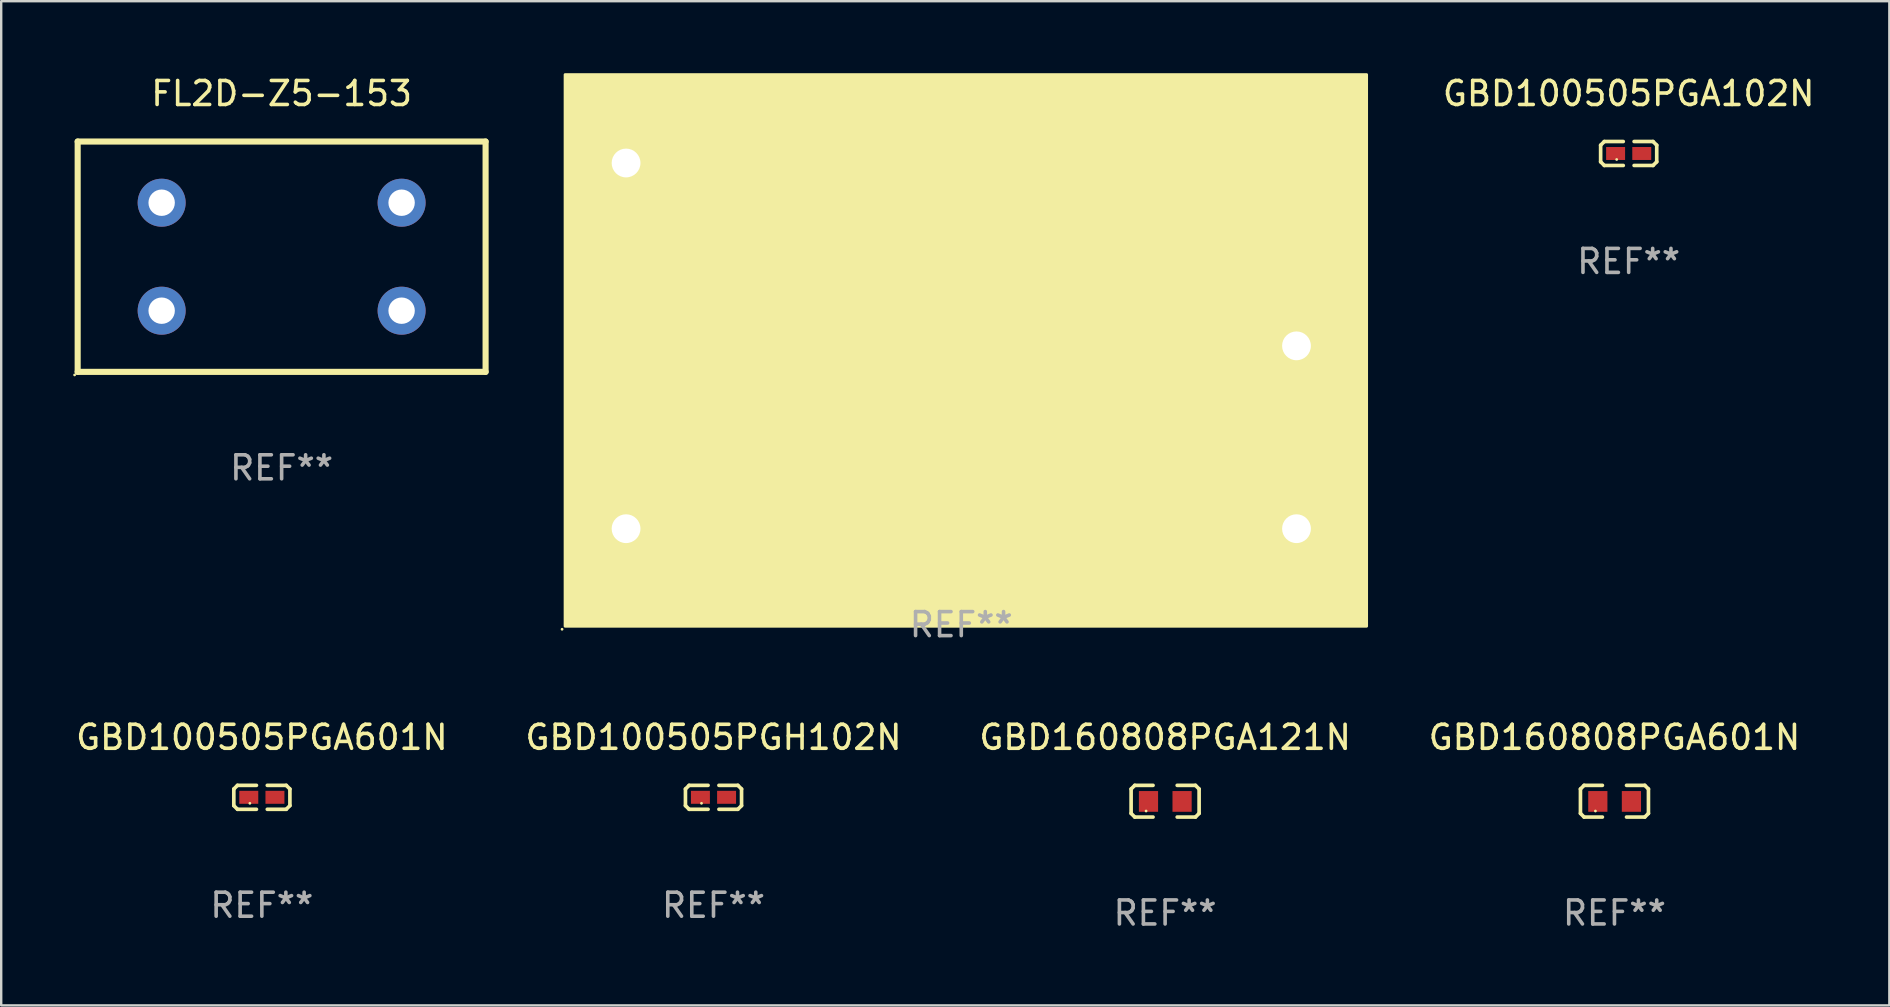
<source format=kicad_pcb>
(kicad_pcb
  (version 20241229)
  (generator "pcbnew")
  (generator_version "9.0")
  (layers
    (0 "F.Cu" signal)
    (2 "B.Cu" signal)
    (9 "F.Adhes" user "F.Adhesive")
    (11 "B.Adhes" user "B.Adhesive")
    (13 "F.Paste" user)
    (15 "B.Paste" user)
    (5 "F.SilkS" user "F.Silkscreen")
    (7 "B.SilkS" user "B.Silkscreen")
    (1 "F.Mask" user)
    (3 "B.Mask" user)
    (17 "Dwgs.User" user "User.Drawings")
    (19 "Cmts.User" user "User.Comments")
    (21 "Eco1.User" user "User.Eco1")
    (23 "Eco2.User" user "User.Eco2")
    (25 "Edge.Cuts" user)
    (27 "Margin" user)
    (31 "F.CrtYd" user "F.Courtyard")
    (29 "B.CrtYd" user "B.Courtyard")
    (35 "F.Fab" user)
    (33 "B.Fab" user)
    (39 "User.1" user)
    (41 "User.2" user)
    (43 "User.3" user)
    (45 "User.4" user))
  (footprint "GBD100505PGA601N"
    (layer "F.Cu")
    (at 7.863 30.178)
    (property "Reference" "GBD100505PGA601N" (at 0 -2.499 0) (layer "F.SilkS") (effects (font (size 1 1) (thickness 0.15))))
    (attr through_hole)
    (fp_line (start -1.169 -0.346) (end -1.016 -0.499) (stroke (width 0.152) (type solid)) (layer "F.SilkS"))
    (fp_line (start -1.169 0.346) (end -1.169 -0.346) (stroke (width 0.152) (type solid)) (layer "F.SilkS"))
    (fp_line (start -1.016 -0.499) (end -0.226 -0.499) (stroke (width 0.152) (type solid)) (layer "F.SilkS"))
    (fp_line (start -1.016 0.499) (end -1.169 0.346) (stroke (width 0.152) (type solid)) (layer "F.SilkS"))
    (fp_line (start -0.226 0.499) (end -1.016 0.499) (stroke (width 0.152) (type solid)) (layer "F.SilkS"))
    (fp_line (start 0.226 0.499) (end 1.016 0.499) (stroke (width 0.152) (type solid)) (layer "F.SilkS"))
    (fp_line (start 1.016 -0.499) (end 0.226 -0.499) (stroke (width 0.152) (type solid)) (layer "F.SilkS"))
    (fp_line (start 1.016 0.499) (end 1.169 0.346) (stroke (width 0.152) (type solid)) (layer "F.SilkS"))
    (fp_line (start 1.169 -0.346) (end 1.016 -0.499) (stroke (width 0.152) (type solid)) (layer "F.SilkS"))
    (fp_line (start 1.169 0.346) (end 1.169 -0.346) (stroke (width 0.152) (type solid)) (layer "F.SilkS"))
    (fp_circle (center -0.5 0.25) (end -0.47 0.25) (stroke (width 0.06) (type solid)) (fill no) (layer "F.SilkS"))
    (fp_text user "REF**" (at 0 4.499 0) (layer "F.Fab") (effects (font (size 1 1) (thickness 0.15))))
    (pad "1" smd rect (at -0.545 0) (size 0.79 0.54) (layers "F.Cu" "F.Mask" "F.Paste"))
    (pad "2" smd rect (at 0.545 0) (size 0.79 0.54) (layers "F.Cu" "F.Mask" "F.Paste")))
  (footprint "GBD100505PGH102N"
    (layer "F.Cu")
    (at 26.685 30.178)
    (property "Reference" "GBD100505PGH102N" (at 0 -2.499 0) (layer "F.SilkS") (effects (font (size 1 1) (thickness 0.15))))
    (attr through_hole)
    (fp_line (start -1.169 -0.346) (end -1.016 -0.499) (stroke (width 0.152) (type solid)) (layer "F.SilkS"))
    (fp_line (start -1.169 0.346) (end -1.169 -0.346) (stroke (width 0.152) (type solid)) (layer "F.SilkS"))
    (fp_line (start -1.016 -0.499) (end -0.226 -0.499) (stroke (width 0.152) (type solid)) (layer "F.SilkS"))
    (fp_line (start -1.016 0.499) (end -1.169 0.346) (stroke (width 0.152) (type solid)) (layer "F.SilkS"))
    (fp_line (start -0.226 0.499) (end -1.016 0.499) (stroke (width 0.152) (type solid)) (layer "F.SilkS"))
    (fp_line (start 0.226 0.499) (end 1.016 0.499) (stroke (width 0.152) (type solid)) (layer "F.SilkS"))
    (fp_line (start 1.016 -0.499) (end 0.226 -0.499) (stroke (width 0.152) (type solid)) (layer "F.SilkS"))
    (fp_line (start 1.016 0.499) (end 1.169 0.346) (stroke (width 0.152) (type solid)) (layer "F.SilkS"))
    (fp_line (start 1.169 -0.346) (end 1.016 -0.499) (stroke (width 0.152) (type solid)) (layer "F.SilkS"))
    (fp_line (start 1.169 0.346) (end 1.169 -0.346) (stroke (width 0.152) (type solid)) (layer "F.SilkS"))
    (fp_circle (center -0.5 0.25) (end -0.47 0.25) (stroke (width 0.06) (type solid)) (fill no) (layer "F.SilkS"))
    (fp_text user "REF**" (at 0 4.499 0) (layer "F.Fab") (effects (font (size 1 1) (thickness 0.15))))
    (pad "1" smd rect (at -0.545 0) (size 0.79 0.54) (layers "F.Cu" "F.Mask" "F.Paste"))
    (pad "2" smd rect (at 0.545 0) (size 0.79 0.54) (layers "F.Cu" "F.Mask" "F.Paste")))
  (footprint "GBD160808PGA121N"
    (layer "F.Cu")
    (at 45.506 30.34)
    (property "Reference" "GBD160808PGA121N" (at 0 -2.661 0) (layer "F.SilkS") (effects (font (size 1 1) (thickness 0.15))))
    (attr through_hole)
    (fp_line (start -1.417 -0.508) (end -1.265 -0.661) (stroke (width 0.152) (type solid)) (layer "F.SilkS"))
    (fp_line (start -1.417 0.508) (end -1.417 -0.508) (stroke (width 0.152) (type solid)) (layer "F.SilkS"))
    (fp_line (start -1.265 -0.661) (end -0.503 -0.661) (stroke (width 0.152) (type solid)) (layer "F.SilkS"))
    (fp_line (start -1.265 0.661) (end -1.417 0.508) (stroke (width 0.152) (type solid)) (layer "F.SilkS"))
    (fp_line (start -1.265 0.661) (end -0.503 0.661) (stroke (width 0.152) (type solid)) (layer "F.SilkS"))
    (fp_line (start 1.265 -0.661) (end 0.503 -0.661) (stroke (width 0.152) (type solid)) (layer "F.SilkS"))
    (fp_line (start 1.265 -0.661) (end 1.417 -0.508) (stroke (width 0.152) (type solid)) (layer "F.SilkS"))
    (fp_line (start 1.265 0.661) (end 0.503 0.661) (stroke (width 0.152) (type solid)) (layer "F.SilkS"))
    (fp_line (start 1.417 -0.508) (end 1.417 0.508) (stroke (width 0.152) (type solid)) (layer "F.SilkS"))
    (fp_line (start 1.417 0.508) (end 1.265 0.661) (stroke (width 0.152) (type solid)) (layer "F.SilkS"))
    (fp_circle (center -0.793 0.409) (end -0.763 0.409) (stroke (width 0.06) (type solid)) (fill no) (layer "F.SilkS"))
    (fp_text user "REF**" (at 0 4.661 0) (layer "F.Fab") (effects (font (size 1 1) (thickness 0.15))))
    (pad "1" smd rect (at -0.693 0.009 180) (size 0.8 0.864) (layers "F.Cu" "F.Mask" "F.Paste"))
    (pad "2" smd rect (at 0.707 0.009 180) (size 0.8 0.864) (layers "F.Cu" "F.Mask" "F.Paste")))
  (footprint "GBD100505PGA102N"
    (layer "F.Cu")
    (at 64.825 3.347)
    (property "Reference" "GBD100505PGA102N" (at 0 -2.499 0) (layer "F.SilkS") (effects (font (size 1 1) (thickness 0.15))))
    (attr through_hole)
    (fp_line (start -1.169 -0.346) (end -1.016 -0.499) (stroke (width 0.152) (type solid)) (layer "F.SilkS"))
    (fp_line (start -1.169 0.346) (end -1.169 -0.346) (stroke (width 0.152) (type solid)) (layer "F.SilkS"))
    (fp_line (start -1.016 -0.499) (end -0.226 -0.499) (stroke (width 0.152) (type solid)) (layer "F.SilkS"))
    (fp_line (start -1.016 0.499) (end -1.169 0.346) (stroke (width 0.152) (type solid)) (layer "F.SilkS"))
    (fp_line (start -0.226 0.499) (end -1.016 0.499) (stroke (width 0.152) (type solid)) (layer "F.SilkS"))
    (fp_line (start 0.226 0.499) (end 1.016 0.499) (stroke (width 0.152) (type solid)) (layer "F.SilkS"))
    (fp_line (start 1.016 -0.499) (end 0.226 -0.499) (stroke (width 0.152) (type solid)) (layer "F.SilkS"))
    (fp_line (start 1.016 0.499) (end 1.169 0.346) (stroke (width 0.152) (type solid)) (layer "F.SilkS"))
    (fp_line (start 1.169 -0.346) (end 1.016 -0.499) (stroke (width 0.152) (type solid)) (layer "F.SilkS"))
    (fp_line (start 1.169 0.346) (end 1.169 -0.346) (stroke (width 0.152) (type solid)) (layer "F.SilkS"))
    (fp_circle (center -0.5 0.25) (end -0.47 0.25) (stroke (width 0.06) (type solid)) (fill no) (layer "F.SilkS"))
    (fp_text user "REF**" (at 0 4.499 0) (layer "F.Fab") (effects (font (size 1 1) (thickness 0.15))))
    (pad "1" smd rect (at -0.545 0) (size 0.79 0.54) (layers "F.Cu" "F.Mask" "F.Paste"))
    (pad "2" smd rect (at 0.545 0) (size 0.79 0.54) (layers "F.Cu" "F.Mask" "F.Paste")))
  (footprint "FT-BX1D"
    (layer "F.Cu")
    (at 37.011 11.363)
    (property "Reference" "FT-BX1D" (at 0 -9.62 0) (layer "F.SilkS") (effects (font (size 1 1) (thickness 0.15))))
    (attr through_hole)
    (fp_circle (center -16.637 11.811) (end -16.607 11.811) (stroke (width 0.06) (type solid)) (fill no) (layer "F.SilkS"))
    (fp_poly (pts (xy -16.51 -11.303) (xy 16.891 -11.303) (xy 16.891 11.684) (xy -16.51 11.684)) (stroke (width 0.12) (type solid)) (fill yes) (layer "F.SilkS"))
    (fp_text user "REF**" (at 0 11.62 0) (layer "F.Fab") (effects (font (size 1 1) (thickness 0.15))))
    (pad "1" thru_hole rect (at -13.97 7.62) (size 1.8 1.8) (drill 1.2) (layers "*.Cu" "*.Mask"))
    (pad "2" thru_hole circle (at -13.97 -7.62) (size 1.8 1.8) (drill 1.2) (layers "*.Cu" "*.Mask"))
    (pad "3" thru_hole circle (at 13.97 0) (size 1.8 1.8) (drill 1.2) (layers "*.Cu" "*.Mask"))
    (pad "4" thru_hole circle (at 13.97 7.62) (size 1.8 1.8) (drill 1.2) (layers "*.Cu" "*.Mask")))
  (footprint "FL2D-Z5-153"
    (layer "F.Cu")
    (at 8.687 7.648)
    (property "Reference" "FL2D-Z5-153" (at 0 -6.8 0) (layer "F.SilkS") (effects (font (size 1 1) (thickness 0.15))))
    (attr through_hole)
    (fp_line (start -8.5 -4.8) (end 8.5 -4.8) (stroke (width 0.254) (type solid)) (layer "F.SilkS"))
    (fp_line (start -8.5 4.8) (end -8.5 -4.8) (stroke (width 0.254) (type solid)) (layer "F.SilkS"))
    (fp_line (start 8.5 -4.8) (end 8.5 4.8) (stroke (width 0.254) (type solid)) (layer "F.SilkS"))
    (fp_line (start 8.5 4.8) (end -8.5 4.8) (stroke (width 0.254) (type solid)) (layer "F.SilkS"))
    (fp_circle (center -8.627 4.927) (end -8.597 4.927) (stroke (width 0.06) (type solid)) (fill no) (layer "F.SilkS"))
    (fp_text user "REF**" (at 0 8.8 0) (layer "F.Fab") (effects (font (size 1 1) (thickness 0.15))))
    (pad "1" thru_hole circle (at -5 2.25) (size 2 2) (drill 1.1) (layers "*.Cu" "*.Mask"))
    (pad "2" thru_hole circle (at 5 2.25) (size 2 2) (drill 1.1) (layers "*.Cu" "*.Mask"))
    (pad "3" thru_hole circle (at 5 -2.25) (size 2 2) (drill 1.1) (layers "*.Cu" "*.Mask"))
    (pad "4" thru_hole circle (at -5 -2.25) (size 2 2) (drill 1.1) (layers "*.Cu" "*.Mask")))
  (footprint "GBD160808PGA601N"
    (layer "F.Cu")
    (at 64.232 30.34)
    (property "Reference" "GBD160808PGA601N" (at 0 -2.661 0) (layer "F.SilkS") (effects (font (size 1 1) (thickness 0.15))))
    (attr through_hole)
    (fp_line (start -1.417 -0.508) (end -1.265 -0.661) (stroke (width 0.152) (type solid)) (layer "F.SilkS"))
    (fp_line (start -1.417 0.508) (end -1.417 -0.508) (stroke (width 0.152) (type solid)) (layer "F.SilkS"))
    (fp_line (start -1.265 -0.661) (end -0.503 -0.661) (stroke (width 0.152) (type solid)) (layer "F.SilkS"))
    (fp_line (start -1.265 0.661) (end -1.417 0.508) (stroke (width 0.152) (type solid)) (layer "F.SilkS"))
    (fp_line (start -1.265 0.661) (end -0.503 0.661) (stroke (width 0.152) (type solid)) (layer "F.SilkS"))
    (fp_line (start 1.265 -0.661) (end 0.503 -0.661) (stroke (width 0.152) (type solid)) (layer "F.SilkS"))
    (fp_line (start 1.265 -0.661) (end 1.417 -0.508) (stroke (width 0.152) (type solid)) (layer "F.SilkS"))
    (fp_line (start 1.265 0.661) (end 0.503 0.661) (stroke (width 0.152) (type solid)) (layer "F.SilkS"))
    (fp_line (start 1.417 -0.508) (end 1.417 0.508) (stroke (width 0.152) (type solid)) (layer "F.SilkS"))
    (fp_line (start 1.417 0.508) (end 1.265 0.661) (stroke (width 0.152) (type solid)) (layer "F.SilkS"))
    (fp_circle (center -0.793 0.409) (end -0.763 0.409) (stroke (width 0.06) (type solid)) (fill no) (layer "F.SilkS"))
    (fp_text user "REF**" (at 0 4.661 0) (layer "F.Fab") (effects (font (size 1 1) (thickness 0.15))))
    (pad "1" smd rect (at -0.693 0.009 180) (size 0.8 0.864) (layers "F.Cu" "F.Mask" "F.Paste"))
    (pad "2" smd rect (at 0.707 0.009 180) (size 0.8 0.864) (layers "F.Cu" "F.Mask" "F.Paste")))
  (gr_rect
    (start -3 -3)
    (end 75.688 38.849)
    (stroke (width 0.1) (type default))
    (fill no)
    (layer "Edge.Cuts")))
</source>
